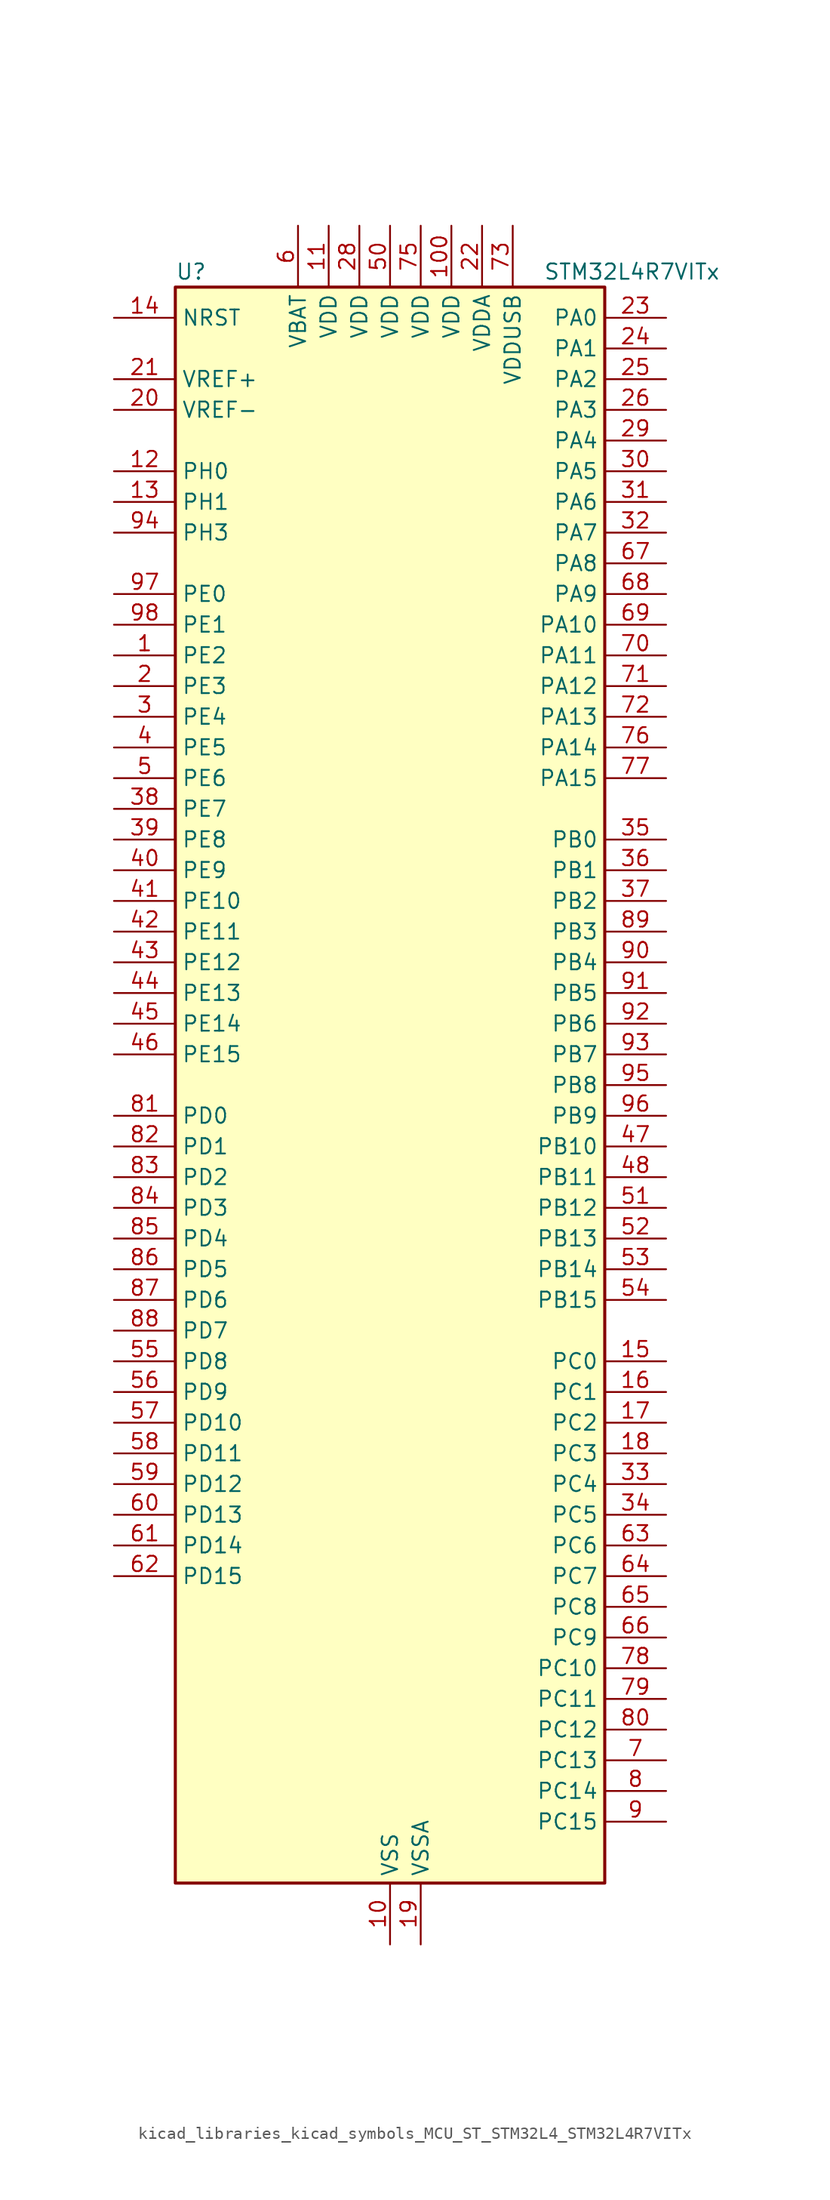
<source format=kicad_sym>
(kicad_symbol_lib
  (version 20220914)
  (generator kicad_symbol_editor)
  (symbol "kicad_libraries_kicad_symbols_MCU_ST_STM32L4_STM32L4R7VITx"
    (property "Reference" "U"
      (at -17.78 67.31 0)
      (effects (font (size 1.27 1.27)) (justify left)))
    (property "Value" "STM32L4R7VITx"
      (at 12.7 67.31 0)
      (effects (font (size 1.27 1.27)) (justify left)))
    (property "ki_locked" ""
      (at 0 0 0)
      (effects (font (size 1.27 1.27))))
    (symbol "kicad_libraries_kicad_symbols_MCU_ST_STM32L4_STM32L4R7VITx_0_1"
      (rectangle (start -17.78 -66.04) (end 17.78 66.04) (stroke (width 0.254) (type default)) (fill (type background))))
    (symbol "kicad_libraries_kicad_symbols_MCU_ST_STM32L4_STM32L4R7VITx_1_1"
      (pin bidirectional line (at -22.86 35.56 0) (length 5.08) (name "PE2" (effects (font (size 1.27 1.27)))) (number "1" (effects (font (size 1.27 1.27)))) (alternate "FMC_A23" bidirectional line) (alternate "LTDC_R0" bidirectional line) (alternate "SAI1_CK1" bidirectional line) (alternate "SAI1_MCLK_A" bidirectional line) (alternate "SYS_TRACECLK" bidirectional line) (alternate "TIM3_ETR" bidirectional line) (alternate "TSC_G7_IO1" bidirectional line))
      (pin power_in line (at 0 -71.12 90) (length 5.08) (name "VSS" (effects (font (size 1.27 1.27)))) (number "10" (effects (font (size 1.27 1.27)))))
      (pin power_in line (at 5.08 71.12 270) (length 5.08) (name "VDD" (effects (font (size 1.27 1.27)))) (number "100" (effects (font (size 1.27 1.27)))))
      (pin power_in line (at -5.08 71.12 270) (length 5.08) (name "VDD" (effects (font (size 1.27 1.27)))) (number "11" (effects (font (size 1.27 1.27)))))
      (pin bidirectional line (at -22.86 50.8 0) (length 5.08) (name "PH0" (effects (font (size 1.27 1.27)))) (number "12" (effects (font (size 1.27 1.27)))) (alternate "RCC_OSC_IN" bidirectional line))
      (pin bidirectional line (at -22.86 48.26 0) (length 5.08) (name "PH1" (effects (font (size 1.27 1.27)))) (number "13" (effects (font (size 1.27 1.27)))) (alternate "RCC_OSC_OUT" bidirectional line))
      (pin input line (at -22.86 63.5 0) (length 5.08) (name "NRST" (effects (font (size 1.27 1.27)))) (number "14" (effects (font (size 1.27 1.27)))))
      (pin bidirectional line (at 22.86 -22.86 180) (length 5.08) (name "PC0" (effects (font (size 1.27 1.27)))) (number "15" (effects (font (size 1.27 1.27)))) (alternate "ADC1_IN1" bidirectional line) (alternate "DFSDM1_DATIN4" bidirectional line) (alternate "I2C3_SCL" bidirectional line) (alternate "LPTIM1_IN1" bidirectional line) (alternate "LPTIM2_IN1" bidirectional line) (alternate "LPUART1_RX" bidirectional line) (alternate "SAI2_FS_A" bidirectional line))
      (pin bidirectional line (at 22.86 -25.4 180) (length 5.08) (name "PC1" (effects (font (size 1.27 1.27)))) (number "16" (effects (font (size 1.27 1.27)))) (alternate "ADC1_IN2" bidirectional line) (alternate "DFSDM1_CKIN4" bidirectional line) (alternate "I2C3_SDA" bidirectional line) (alternate "LPTIM1_OUT" bidirectional line) (alternate "LPUART1_TX" bidirectional line) (alternate "OCTOSPIM_P1_IO4" bidirectional line) (alternate "SAI1_SD_A" bidirectional line) (alternate "SPI2_MOSI" bidirectional line) (alternate "SYS_TRACED0" bidirectional line))
      (pin bidirectional line (at 22.86 -27.94 180) (length 5.08) (name "PC2" (effects (font (size 1.27 1.27)))) (number "17" (effects (font (size 1.27 1.27)))) (alternate "ADC1_IN3" bidirectional line) (alternate "DFSDM1_CKOUT" bidirectional line) (alternate "LPTIM1_IN2" bidirectional line) (alternate "OCTOSPIM_P1_IO5" bidirectional line) (alternate "SPI2_MISO" bidirectional line))
      (pin bidirectional line (at 22.86 -30.48 180) (length 5.08) (name "PC3" (effects (font (size 1.27 1.27)))) (number "18" (effects (font (size 1.27 1.27)))) (alternate "ADC1_IN4" bidirectional line) (alternate "LPTIM1_ETR" bidirectional line) (alternate "LPTIM2_ETR" bidirectional line) (alternate "OCTOSPIM_P1_IO6" bidirectional line) (alternate "SAI1_D1" bidirectional line) (alternate "SAI1_SD_A" bidirectional line) (alternate "SPI2_MOSI" bidirectional line))
      (pin power_in line (at 2.54 -71.12 90) (length 5.08) (name "VSSA" (effects (font (size 1.27 1.27)))) (number "19" (effects (font (size 1.27 1.27)))))
      (pin bidirectional line (at -22.86 33.02 0) (length 5.08) (name "PE3" (effects (font (size 1.27 1.27)))) (number "2" (effects (font (size 1.27 1.27)))) (alternate "FMC_A19" bidirectional line) (alternate "LTDC_R1" bidirectional line) (alternate "OCTOSPIM_P1_DQS" bidirectional line) (alternate "SAI1_SD_B" bidirectional line) (alternate "SYS_TRACED0" bidirectional line) (alternate "TIM3_CH1" bidirectional line) (alternate "TSC_G7_IO2" bidirectional line))
      (pin input line (at -22.86 55.88 0) (length 5.08) (name "VREF-" (effects (font (size 1.27 1.27)))) (number "20" (effects (font (size 1.27 1.27)))))
      (pin input line (at -22.86 58.42 0) (length 5.08) (name "VREF+" (effects (font (size 1.27 1.27)))) (number "21" (effects (font (size 1.27 1.27)))) (alternate "VREFBUF_OUT" bidirectional line))
      (pin power_in line (at 7.62 71.12 270) (length 5.08) (name "VDDA" (effects (font (size 1.27 1.27)))) (number "22" (effects (font (size 1.27 1.27)))))
      (pin bidirectional line (at 22.86 63.5 180) (length 5.08) (name "PA0" (effects (font (size 1.27 1.27)))) (number "23" (effects (font (size 1.27 1.27)))) (alternate "ADC1_IN5" bidirectional line) (alternate "OPAMP1_VINP" bidirectional line) (alternate "RTC_TAMP2" bidirectional line) (alternate "SAI1_EXTCLK" bidirectional line) (alternate "SYS_WKUP1" bidirectional line) (alternate "TIM2_CH1" bidirectional line) (alternate "TIM2_ETR" bidirectional line) (alternate "TIM5_CH1" bidirectional line) (alternate "TIM8_ETR" bidirectional line) (alternate "UART4_TX" bidirectional line) (alternate "USART2_CTS" bidirectional line) (alternate "USART2_NSS" bidirectional line))
      (pin bidirectional line (at 22.86 60.96 180) (length 5.08) (name "PA1" (effects (font (size 1.27 1.27)))) (number "24" (effects (font (size 1.27 1.27)))) (alternate "ADC1_IN6" bidirectional line) (alternate "I2C1_SMBA" bidirectional line) (alternate "OCTOSPIM_P1_DQS" bidirectional line) (alternate "OPAMP1_VINM" bidirectional line) (alternate "SPI1_SCK" bidirectional line) (alternate "TIM15_CH1N" bidirectional line) (alternate "TIM2_CH2" bidirectional line) (alternate "TIM5_CH2" bidirectional line) (alternate "UART4_RX" bidirectional line) (alternate "USART2_DE" bidirectional line) (alternate "USART2_RTS" bidirectional line))
      (pin bidirectional line (at 22.86 58.42 180) (length 5.08) (name "PA2" (effects (font (size 1.27 1.27)))) (number "25" (effects (font (size 1.27 1.27)))) (alternate "ADC1_IN7" bidirectional line) (alternate "LPUART1_TX" bidirectional line) (alternate "OCTOSPIM_P1_NCS" bidirectional line) (alternate "RCC_LSCO" bidirectional line) (alternate "SAI2_EXTCLK" bidirectional line) (alternate "SYS_WKUP4" bidirectional line) (alternate "TIM15_CH1" bidirectional line) (alternate "TIM2_CH3" bidirectional line) (alternate "TIM5_CH3" bidirectional line) (alternate "USART2_TX" bidirectional line))
      (pin bidirectional line (at 22.86 55.88 180) (length 5.08) (name "PA3" (effects (font (size 1.27 1.27)))) (number "26" (effects (font (size 1.27 1.27)))) (alternate "ADC1_IN8" bidirectional line) (alternate "LPUART1_RX" bidirectional line) (alternate "OCTOSPIM_P1_CLK" bidirectional line) (alternate "OPAMP1_VOUT" bidirectional line) (alternate "SAI1_CK1" bidirectional line) (alternate "SAI1_MCLK_A" bidirectional line) (alternate "TIM15_CH2" bidirectional line) (alternate "TIM2_CH4" bidirectional line) (alternate "TIM5_CH4" bidirectional line) (alternate "USART2_RX" bidirectional line))
      (pin passive line (at 0 -71.12 90) (length 5.08) hide (name "VSS" (effects (font (size 1.27 1.27)))) (number "27" (effects (font (size 1.27 1.27)))))
      (pin power_in line (at -2.54 71.12 270) (length 5.08) (name "VDD" (effects (font (size 1.27 1.27)))) (number "28" (effects (font (size 1.27 1.27)))))
      (pin bidirectional line (at 22.86 53.34 180) (length 5.08) (name "PA4" (effects (font (size 1.27 1.27)))) (number "29" (effects (font (size 1.27 1.27)))) (alternate "ADC1_IN9" bidirectional line) (alternate "DAC1_OUT1" bidirectional line) (alternate "DCMI_HSYNC" bidirectional line) (alternate "LPTIM2_OUT" bidirectional line) (alternate "OCTOSPIM_P1_NCS" bidirectional line) (alternate "SAI1_FS_B" bidirectional line) (alternate "SPI1_NSS" bidirectional line) (alternate "SPI3_NSS" bidirectional line) (alternate "USART2_CK" bidirectional line))
      (pin bidirectional line (at -22.86 30.48 0) (length 5.08) (name "PE4" (effects (font (size 1.27 1.27)))) (number "3" (effects (font (size 1.27 1.27)))) (alternate "DCMI_D4" bidirectional line) (alternate "DFSDM1_DATIN3" bidirectional line) (alternate "FMC_A20" bidirectional line) (alternate "LTDC_B0" bidirectional line) (alternate "SAI1_D2" bidirectional line) (alternate "SAI1_FS_A" bidirectional line) (alternate "SYS_TRACED1" bidirectional line) (alternate "TIM3_CH2" bidirectional line) (alternate "TSC_G7_IO3" bidirectional line))
      (pin bidirectional line (at 22.86 50.8 180) (length 5.08) (name "PA5" (effects (font (size 1.27 1.27)))) (number "30" (effects (font (size 1.27 1.27)))) (alternate "ADC1_IN10" bidirectional line) (alternate "DAC1_OUT2" bidirectional line) (alternate "LPTIM2_ETR" bidirectional line) (alternate "SPI1_SCK" bidirectional line) (alternate "TIM2_CH1" bidirectional line) (alternate "TIM2_ETR" bidirectional line) (alternate "TIM8_CH1N" bidirectional line))
      (pin bidirectional line (at 22.86 48.26 180) (length 5.08) (name "PA6" (effects (font (size 1.27 1.27)))) (number "31" (effects (font (size 1.27 1.27)))) (alternate "ADC1_IN11" bidirectional line) (alternate "DCMI_PIXCLK" bidirectional line) (alternate "LPUART1_CTS" bidirectional line) (alternate "OCTOSPIM_P1_IO3" bidirectional line) (alternate "OPAMP2_VINP" bidirectional line) (alternate "SPI1_MISO" bidirectional line) (alternate "TIM16_CH1" bidirectional line) (alternate "TIM1_BKIN" bidirectional line) (alternate "TIM3_CH1" bidirectional line) (alternate "TIM8_BKIN" bidirectional line) (alternate "USART3_CTS" bidirectional line) (alternate "USART3_NSS" bidirectional line))
      (pin bidirectional line (at 22.86 45.72 180) (length 5.08) (name "PA7" (effects (font (size 1.27 1.27)))) (number "32" (effects (font (size 1.27 1.27)))) (alternate "ADC1_IN12" bidirectional line) (alternate "I2C3_SCL" bidirectional line) (alternate "OCTOSPIM_P1_IO2" bidirectional line) (alternate "OPAMP2_VINM" bidirectional line) (alternate "SPI1_MOSI" bidirectional line) (alternate "TIM17_CH1" bidirectional line) (alternate "TIM1_CH1N" bidirectional line) (alternate "TIM3_CH2" bidirectional line) (alternate "TIM8_CH1N" bidirectional line))
      (pin bidirectional line (at 22.86 -33.02 180) (length 5.08) (name "PC4" (effects (font (size 1.27 1.27)))) (number "33" (effects (font (size 1.27 1.27)))) (alternate "ADC1_IN13" bidirectional line) (alternate "COMP1_INM" bidirectional line) (alternate "OCTOSPIM_P1_IO7" bidirectional line) (alternate "USART3_TX" bidirectional line))
      (pin bidirectional line (at 22.86 -35.56 180) (length 5.08) (name "PC5" (effects (font (size 1.27 1.27)))) (number "34" (effects (font (size 1.27 1.27)))) (alternate "ADC1_IN14" bidirectional line) (alternate "COMP1_INP" bidirectional line) (alternate "SAI1_D3" bidirectional line) (alternate "SYS_WKUP5" bidirectional line) (alternate "USART3_RX" bidirectional line))
      (pin bidirectional line (at 22.86 20.32 180) (length 5.08) (name "PB0" (effects (font (size 1.27 1.27)))) (number "35" (effects (font (size 1.27 1.27)))) (alternate "ADC1_IN15" bidirectional line) (alternate "COMP1_OUT" bidirectional line) (alternate "OCTOSPIM_P1_IO1" bidirectional line) (alternate "OPAMP2_VOUT" bidirectional line) (alternate "SAI1_EXTCLK" bidirectional line) (alternate "SPI1_NSS" bidirectional line) (alternate "TIM1_CH2N" bidirectional line) (alternate "TIM3_CH3" bidirectional line) (alternate "TIM8_CH2N" bidirectional line) (alternate "USART3_CK" bidirectional line))
      (pin bidirectional line (at 22.86 17.78 180) (length 5.08) (name "PB1" (effects (font (size 1.27 1.27)))) (number "36" (effects (font (size 1.27 1.27)))) (alternate "ADC1_IN16" bidirectional line) (alternate "COMP1_INM" bidirectional line) (alternate "DFSDM1_DATIN0" bidirectional line) (alternate "LPTIM2_IN1" bidirectional line) (alternate "LPUART1_DE" bidirectional line) (alternate "LPUART1_RTS" bidirectional line) (alternate "OCTOSPIM_P1_IO0" bidirectional line) (alternate "TIM1_CH3N" bidirectional line) (alternate "TIM3_CH4" bidirectional line) (alternate "TIM8_CH3N" bidirectional line) (alternate "USART3_DE" bidirectional line) (alternate "USART3_RTS" bidirectional line))
      (pin bidirectional line (at 22.86 15.24 180) (length 5.08) (name "PB2" (effects (font (size 1.27 1.27)))) (number "37" (effects (font (size 1.27 1.27)))) (alternate "COMP1_INP" bidirectional line) (alternate "DFSDM1_CKIN0" bidirectional line) (alternate "I2C3_SMBA" bidirectional line) (alternate "LPTIM1_OUT" bidirectional line) (alternate "LTDC_B1" bidirectional line) (alternate "OCTOSPIM_P1_DQS" bidirectional line) (alternate "RTC_OUT_ALARM" bidirectional line) (alternate "RTC_OUT_CALIB" bidirectional line))
      (pin bidirectional line (at -22.86 22.86 0) (length 5.08) (name "PE7" (effects (font (size 1.27 1.27)))) (number "38" (effects (font (size 1.27 1.27)))) (alternate "DFSDM1_DATIN2" bidirectional line) (alternate "FMC_D4" bidirectional line) (alternate "FMC_DA4" bidirectional line) (alternate "LTDC_B6" bidirectional line) (alternate "SAI1_SD_B" bidirectional line) (alternate "TIM1_ETR" bidirectional line))
      (pin bidirectional line (at -22.86 20.32 0) (length 5.08) (name "PE8" (effects (font (size 1.27 1.27)))) (number "39" (effects (font (size 1.27 1.27)))) (alternate "DFSDM1_CKIN2" bidirectional line) (alternate "FMC_D5" bidirectional line) (alternate "FMC_DA5" bidirectional line) (alternate "LTDC_B7" bidirectional line) (alternate "SAI1_SCK_B" bidirectional line) (alternate "TIM1_CH1N" bidirectional line))
      (pin bidirectional line (at -22.86 27.94 0) (length 5.08) (name "PE5" (effects (font (size 1.27 1.27)))) (number "4" (effects (font (size 1.27 1.27)))) (alternate "DCMI_D6" bidirectional line) (alternate "DFSDM1_CKIN3" bidirectional line) (alternate "FMC_A21" bidirectional line) (alternate "LTDC_G0" bidirectional line) (alternate "SAI1_CK2" bidirectional line) (alternate "SAI1_SCK_A" bidirectional line) (alternate "SYS_TRACED2" bidirectional line) (alternate "TIM3_CH3" bidirectional line) (alternate "TSC_G7_IO4" bidirectional line))
      (pin bidirectional line (at -22.86 17.78 0) (length 5.08) (name "PE9" (effects (font (size 1.27 1.27)))) (number "40" (effects (font (size 1.27 1.27)))) (alternate "DAC1_EXTI9" bidirectional line) (alternate "DFSDM1_CKOUT" bidirectional line) (alternate "FMC_D6" bidirectional line) (alternate "FMC_DA6" bidirectional line) (alternate "LTDC_G2" bidirectional line) (alternate "SAI1_FS_B" bidirectional line) (alternate "TIM1_CH1" bidirectional line))
      (pin bidirectional line (at -22.86 15.24 0) (length 5.08) (name "PE10" (effects (font (size 1.27 1.27)))) (number "41" (effects (font (size 1.27 1.27)))) (alternate "DFSDM1_DATIN4" bidirectional line) (alternate "FMC_D7" bidirectional line) (alternate "FMC_DA7" bidirectional line) (alternate "LTDC_G3" bidirectional line) (alternate "OCTOSPIM_P1_CLK" bidirectional line) (alternate "SAI1_MCLK_B" bidirectional line) (alternate "TIM1_CH2N" bidirectional line) (alternate "TSC_G5_IO1" bidirectional line))
      (pin bidirectional line (at -22.86 12.7 0) (length 5.08) (name "PE11" (effects (font (size 1.27 1.27)))) (number "42" (effects (font (size 1.27 1.27)))) (alternate "ADC1_EXTI11" bidirectional line) (alternate "DFSDM1_CKIN4" bidirectional line) (alternate "FMC_D8" bidirectional line) (alternate "FMC_DA8" bidirectional line) (alternate "LTDC_G4" bidirectional line) (alternate "OCTOSPIM_P1_NCS" bidirectional line) (alternate "TIM1_CH2" bidirectional line) (alternate "TSC_G5_IO2" bidirectional line))
      (pin bidirectional line (at -22.86 10.16 0) (length 5.08) (name "PE12" (effects (font (size 1.27 1.27)))) (number "43" (effects (font (size 1.27 1.27)))) (alternate "DFSDM1_DATIN5" bidirectional line) (alternate "FMC_D9" bidirectional line) (alternate "FMC_DA9" bidirectional line) (alternate "LTDC_G5" bidirectional line) (alternate "OCTOSPIM_P1_IO0" bidirectional line) (alternate "SPI1_NSS" bidirectional line) (alternate "TIM1_CH3N" bidirectional line) (alternate "TSC_G5_IO3" bidirectional line))
      (pin bidirectional line (at -22.86 7.62 0) (length 5.08) (name "PE13" (effects (font (size 1.27 1.27)))) (number "44" (effects (font (size 1.27 1.27)))) (alternate "DFSDM1_CKIN5" bidirectional line) (alternate "FMC_D10" bidirectional line) (alternate "FMC_DA10" bidirectional line) (alternate "LTDC_G6" bidirectional line) (alternate "OCTOSPIM_P1_IO1" bidirectional line) (alternate "SPI1_SCK" bidirectional line) (alternate "TIM1_CH3" bidirectional line) (alternate "TSC_G5_IO4" bidirectional line))
      (pin bidirectional line (at -22.86 5.08 0) (length 5.08) (name "PE14" (effects (font (size 1.27 1.27)))) (number "45" (effects (font (size 1.27 1.27)))) (alternate "FMC_D11" bidirectional line) (alternate "FMC_DA11" bidirectional line) (alternate "LTDC_G7" bidirectional line) (alternate "OCTOSPIM_P1_IO2" bidirectional line) (alternate "SPI1_MISO" bidirectional line) (alternate "TIM1_BKIN2" bidirectional line) (alternate "TIM1_CH4" bidirectional line))
      (pin bidirectional line (at -22.86 2.54 0) (length 5.08) (name "PE15" (effects (font (size 1.27 1.27)))) (number "46" (effects (font (size 1.27 1.27)))) (alternate "ADC1_EXTI15" bidirectional line) (alternate "FMC_D12" bidirectional line) (alternate "FMC_DA12" bidirectional line) (alternate "LTDC_R2" bidirectional line) (alternate "OCTOSPIM_P1_IO3" bidirectional line) (alternate "SPI1_MOSI" bidirectional line) (alternate "TIM1_BKIN" bidirectional line))
      (pin bidirectional line (at 22.86 -5.08 180) (length 5.08) (name "PB10" (effects (font (size 1.27 1.27)))) (number "47" (effects (font (size 1.27 1.27)))) (alternate "COMP1_OUT" bidirectional line) (alternate "DFSDM1_DATIN7" bidirectional line) (alternate "I2C2_SCL" bidirectional line) (alternate "I2C4_SCL" bidirectional line) (alternate "LPUART1_RX" bidirectional line) (alternate "OCTOSPIM_P1_CLK" bidirectional line) (alternate "SAI1_SCK_A" bidirectional line) (alternate "SPI2_SCK" bidirectional line) (alternate "TIM2_CH3" bidirectional line) (alternate "TSC_SYNC" bidirectional line) (alternate "USART3_TX" bidirectional line))
      (pin bidirectional line (at 22.86 -7.62 180) (length 5.08) (name "PB11" (effects (font (size 1.27 1.27)))) (number "48" (effects (font (size 1.27 1.27)))) (alternate "ADC1_EXTI11" bidirectional line) (alternate "COMP2_OUT" bidirectional line) (alternate "DFSDM1_CKIN7" bidirectional line) (alternate "I2C2_SDA" bidirectional line) (alternate "I2C4_SDA" bidirectional line) (alternate "LPUART1_TX" bidirectional line) (alternate "OCTOSPIM_P1_NCS" bidirectional line) (alternate "TIM2_CH4" bidirectional line) (alternate "USART3_RX" bidirectional line))
      (pin passive line (at 0 -71.12 90) (length 5.08) hide (name "VSS" (effects (font (size 1.27 1.27)))) (number "49" (effects (font (size 1.27 1.27)))))
      (pin bidirectional line (at -22.86 25.4 0) (length 5.08) (name "PE6" (effects (font (size 1.27 1.27)))) (number "5" (effects (font (size 1.27 1.27)))) (alternate "DCMI_D7" bidirectional line) (alternate "FMC_A22" bidirectional line) (alternate "LTDC_G1" bidirectional line) (alternate "RTC_TAMP3" bidirectional line) (alternate "SAI1_D1" bidirectional line) (alternate "SAI1_SD_A" bidirectional line) (alternate "SYS_TRACED3" bidirectional line) (alternate "SYS_WKUP3" bidirectional line) (alternate "TIM3_CH4" bidirectional line))
      (pin power_in line (at 0 71.12 270) (length 5.08) (name "VDD" (effects (font (size 1.27 1.27)))) (number "50" (effects (font (size 1.27 1.27)))))
      (pin bidirectional line (at 22.86 -10.16 180) (length 5.08) (name "PB12" (effects (font (size 1.27 1.27)))) (number "51" (effects (font (size 1.27 1.27)))) (alternate "DFSDM1_DATIN1" bidirectional line) (alternate "I2C2_SMBA" bidirectional line) (alternate "LPUART1_DE" bidirectional line) (alternate "LPUART1_RTS" bidirectional line) (alternate "SAI2_FS_A" bidirectional line) (alternate "SPI2_NSS" bidirectional line) (alternate "TIM15_BKIN" bidirectional line) (alternate "TIM1_BKIN" bidirectional line) (alternate "TSC_G1_IO1" bidirectional line) (alternate "USART3_CK" bidirectional line))
      (pin bidirectional line (at 22.86 -12.7 180) (length 5.08) (name "PB13" (effects (font (size 1.27 1.27)))) (number "52" (effects (font (size 1.27 1.27)))) (alternate "DFSDM1_CKIN1" bidirectional line) (alternate "I2C2_SCL" bidirectional line) (alternate "LPUART1_CTS" bidirectional line) (alternate "SAI2_SCK_A" bidirectional line) (alternate "SPI2_SCK" bidirectional line) (alternate "TIM15_CH1N" bidirectional line) (alternate "TIM1_CH1N" bidirectional line) (alternate "TSC_G1_IO2" bidirectional line) (alternate "USART3_CTS" bidirectional line) (alternate "USART3_NSS" bidirectional line))
      (pin bidirectional line (at 22.86 -15.24 180) (length 5.08) (name "PB14" (effects (font (size 1.27 1.27)))) (number "53" (effects (font (size 1.27 1.27)))) (alternate "DFSDM1_DATIN2" bidirectional line) (alternate "I2C2_SDA" bidirectional line) (alternate "SAI2_MCLK_A" bidirectional line) (alternate "SPI2_MISO" bidirectional line) (alternate "TIM15_CH1" bidirectional line) (alternate "TIM1_CH2N" bidirectional line) (alternate "TIM8_CH2N" bidirectional line) (alternate "TSC_G1_IO3" bidirectional line) (alternate "USART3_DE" bidirectional line) (alternate "USART3_RTS" bidirectional line))
      (pin bidirectional line (at 22.86 -17.78 180) (length 5.08) (name "PB15" (effects (font (size 1.27 1.27)))) (number "54" (effects (font (size 1.27 1.27)))) (alternate "ADC1_EXTI15" bidirectional line) (alternate "DFSDM1_CKIN2" bidirectional line) (alternate "RTC_REFIN" bidirectional line) (alternate "SAI2_SD_A" bidirectional line) (alternate "SPI2_MOSI" bidirectional line) (alternate "TIM15_CH2" bidirectional line) (alternate "TIM1_CH3N" bidirectional line) (alternate "TIM8_CH3N" bidirectional line) (alternate "TSC_G1_IO4" bidirectional line))
      (pin bidirectional line (at -22.86 -22.86 0) (length 5.08) (name "PD8" (effects (font (size 1.27 1.27)))) (number "55" (effects (font (size 1.27 1.27)))) (alternate "DCMI_HSYNC" bidirectional line) (alternate "FMC_D13" bidirectional line) (alternate "FMC_DA13" bidirectional line) (alternate "LTDC_R3" bidirectional line) (alternate "USART3_TX" bidirectional line))
      (pin bidirectional line (at -22.86 -25.4 0) (length 5.08) (name "PD9" (effects (font (size 1.27 1.27)))) (number "56" (effects (font (size 1.27 1.27)))) (alternate "DAC1_EXTI9" bidirectional line) (alternate "DCMI_PIXCLK" bidirectional line) (alternate "FMC_D14" bidirectional line) (alternate "FMC_DA14" bidirectional line) (alternate "LTDC_R4" bidirectional line) (alternate "SAI2_MCLK_A" bidirectional line) (alternate "USART3_RX" bidirectional line))
      (pin bidirectional line (at -22.86 -27.94 0) (length 5.08) (name "PD10" (effects (font (size 1.27 1.27)))) (number "57" (effects (font (size 1.27 1.27)))) (alternate "FMC_D15" bidirectional line) (alternate "FMC_DA15" bidirectional line) (alternate "LTDC_R5" bidirectional line) (alternate "SAI2_SCK_A" bidirectional line) (alternate "TSC_G6_IO1" bidirectional line) (alternate "USART3_CK" bidirectional line))
      (pin bidirectional line (at -22.86 -30.48 0) (length 5.08) (name "PD11" (effects (font (size 1.27 1.27)))) (number "58" (effects (font (size 1.27 1.27)))) (alternate "ADC1_EXTI11" bidirectional line) (alternate "FMC_A16" bidirectional line) (alternate "FMC_CLE" bidirectional line) (alternate "I2C4_SMBA" bidirectional line) (alternate "LPTIM2_ETR" bidirectional line) (alternate "LTDC_R6" bidirectional line) (alternate "SAI2_SD_A" bidirectional line) (alternate "TSC_G6_IO2" bidirectional line) (alternate "USART3_CTS" bidirectional line) (alternate "USART3_NSS" bidirectional line))
      (pin bidirectional line (at -22.86 -33.02 0) (length 5.08) (name "PD12" (effects (font (size 1.27 1.27)))) (number "59" (effects (font (size 1.27 1.27)))) (alternate "FMC_A17" bidirectional line) (alternate "FMC_ALE" bidirectional line) (alternate "I2C4_SCL" bidirectional line) (alternate "LPTIM2_IN1" bidirectional line) (alternate "LTDC_R7" bidirectional line) (alternate "SAI2_FS_A" bidirectional line) (alternate "TIM4_CH1" bidirectional line) (alternate "TSC_G6_IO3" bidirectional line) (alternate "USART3_DE" bidirectional line) (alternate "USART3_RTS" bidirectional line))
      (pin power_in line (at -7.62 71.12 270) (length 5.08) (name "VBAT" (effects (font (size 1.27 1.27)))) (number "6" (effects (font (size 1.27 1.27)))))
      (pin bidirectional line (at -22.86 -35.56 0) (length 5.08) (name "PD13" (effects (font (size 1.27 1.27)))) (number "60" (effects (font (size 1.27 1.27)))) (alternate "FMC_A18" bidirectional line) (alternate "I2C4_SDA" bidirectional line) (alternate "LPTIM2_OUT" bidirectional line) (alternate "TIM4_CH2" bidirectional line) (alternate "TSC_G6_IO4" bidirectional line))
      (pin bidirectional line (at -22.86 -38.1 0) (length 5.08) (name "PD14" (effects (font (size 1.27 1.27)))) (number "61" (effects (font (size 1.27 1.27)))) (alternate "FMC_D0" bidirectional line) (alternate "FMC_DA0" bidirectional line) (alternate "LTDC_B2" bidirectional line) (alternate "TIM4_CH3" bidirectional line))
      (pin bidirectional line (at -22.86 -40.64 0) (length 5.08) (name "PD15" (effects (font (size 1.27 1.27)))) (number "62" (effects (font (size 1.27 1.27)))) (alternate "ADC1_EXTI15" bidirectional line) (alternate "FMC_D1" bidirectional line) (alternate "FMC_DA1" bidirectional line) (alternate "LTDC_B3" bidirectional line) (alternate "TIM4_CH4" bidirectional line))
      (pin bidirectional line (at 22.86 -38.1 180) (length 5.08) (name "PC6" (effects (font (size 1.27 1.27)))) (number "63" (effects (font (size 1.27 1.27)))) (alternate "DCMI_D0" bidirectional line) (alternate "DFSDM1_CKIN3" bidirectional line) (alternate "LTDC_R0" bidirectional line) (alternate "SAI2_MCLK_A" bidirectional line) (alternate "SDMMC1_D0DIR" bidirectional line) (alternate "SDMMC1_D6" bidirectional line) (alternate "TIM3_CH1" bidirectional line) (alternate "TIM8_CH1" bidirectional line) (alternate "TSC_G4_IO1" bidirectional line))
      (pin bidirectional line (at 22.86 -40.64 180) (length 5.08) (name "PC7" (effects (font (size 1.27 1.27)))) (number "64" (effects (font (size 1.27 1.27)))) (alternate "DCMI_D1" bidirectional line) (alternate "DFSDM1_DATIN3" bidirectional line) (alternate "LTDC_R1" bidirectional line) (alternate "SAI2_MCLK_B" bidirectional line) (alternate "SDMMC1_D123DIR" bidirectional line) (alternate "SDMMC1_D7" bidirectional line) (alternate "TIM3_CH2" bidirectional line) (alternate "TIM8_CH2" bidirectional line) (alternate "TSC_G4_IO2" bidirectional line))
      (pin bidirectional line (at 22.86 -43.18 180) (length 5.08) (name "PC8" (effects (font (size 1.27 1.27)))) (number "65" (effects (font (size 1.27 1.27)))) (alternate "DCMI_D2" bidirectional line) (alternate "SDMMC1_D0" bidirectional line) (alternate "TIM3_CH3" bidirectional line) (alternate "TIM8_CH3" bidirectional line) (alternate "TSC_G4_IO3" bidirectional line))
      (pin bidirectional line (at 22.86 -45.72 180) (length 5.08) (name "PC9" (effects (font (size 1.27 1.27)))) (number "66" (effects (font (size 1.27 1.27)))) (alternate "DAC1_EXTI9" bidirectional line) (alternate "DCMI_D3" bidirectional line) (alternate "I2C3_SDA" bidirectional line) (alternate "SAI2_EXTCLK" bidirectional line) (alternate "SDMMC1_D1" bidirectional line) (alternate "SYS_TRACED0" bidirectional line) (alternate "TIM3_CH4" bidirectional line) (alternate "TIM8_BKIN2" bidirectional line) (alternate "TIM8_CH4" bidirectional line) (alternate "TSC_G4_IO4" bidirectional line) (alternate "USB_OTG_FS_NOE" bidirectional line))
      (pin bidirectional line (at 22.86 43.18 180) (length 5.08) (name "PA8" (effects (font (size 1.27 1.27)))) (number "67" (effects (font (size 1.27 1.27)))) (alternate "LPTIM2_OUT" bidirectional line) (alternate "RCC_MCO" bidirectional line) (alternate "SAI1_CK2" bidirectional line) (alternate "SAI1_SCK_A" bidirectional line) (alternate "TIM1_CH1" bidirectional line) (alternate "USART1_CK" bidirectional line) (alternate "USB_OTG_FS_SOF" bidirectional line))
      (pin bidirectional line (at 22.86 40.64 180) (length 5.08) (name "PA9" (effects (font (size 1.27 1.27)))) (number "68" (effects (font (size 1.27 1.27)))) (alternate "DAC1_EXTI9" bidirectional line) (alternate "DCMI_D0" bidirectional line) (alternate "SAI1_FS_A" bidirectional line) (alternate "SPI2_SCK" bidirectional line) (alternate "TIM15_BKIN" bidirectional line) (alternate "TIM1_CH2" bidirectional line) (alternate "USART1_TX" bidirectional line) (alternate "USB_OTG_FS_VBUS" bidirectional line))
      (pin bidirectional line (at 22.86 38.1 180) (length 5.08) (name "PA10" (effects (font (size 1.27 1.27)))) (number "69" (effects (font (size 1.27 1.27)))) (alternate "DCMI_D1" bidirectional line) (alternate "SAI1_D1" bidirectional line) (alternate "SAI1_SD_A" bidirectional line) (alternate "TIM17_BKIN" bidirectional line) (alternate "TIM1_CH3" bidirectional line) (alternate "USART1_RX" bidirectional line) (alternate "USB_OTG_FS_ID" bidirectional line))
      (pin bidirectional line (at 22.86 -55.88 180) (length 5.08) (name "PC13" (effects (font (size 1.27 1.27)))) (number "7" (effects (font (size 1.27 1.27)))) (alternate "RTC_OUT_ALARM" bidirectional line) (alternate "RTC_OUT_CALIB" bidirectional line) (alternate "RTC_TAMP1" bidirectional line) (alternate "RTC_TS" bidirectional line) (alternate "SYS_WKUP2" bidirectional line))
      (pin bidirectional line (at 22.86 35.56 180) (length 5.08) (name "PA11" (effects (font (size 1.27 1.27)))) (number "70" (effects (font (size 1.27 1.27)))) (alternate "ADC1_EXTI11" bidirectional line) (alternate "CAN1_RX" bidirectional line) (alternate "SPI1_MISO" bidirectional line) (alternate "TIM1_BKIN2" bidirectional line) (alternate "TIM1_CH4" bidirectional line) (alternate "USART1_CTS" bidirectional line) (alternate "USART1_NSS" bidirectional line) (alternate "USB_OTG_FS_DM" bidirectional line))
      (pin bidirectional line (at 22.86 33.02 180) (length 5.08) (name "PA12" (effects (font (size 1.27 1.27)))) (number "71" (effects (font (size 1.27 1.27)))) (alternate "CAN1_TX" bidirectional line) (alternate "SPI1_MOSI" bidirectional line) (alternate "TIM1_ETR" bidirectional line) (alternate "USART1_DE" bidirectional line) (alternate "USART1_RTS" bidirectional line) (alternate "USB_OTG_FS_DP" bidirectional line))
      (pin bidirectional line (at 22.86 30.48 180) (length 5.08) (name "PA13" (effects (font (size 1.27 1.27)))) (number "72" (effects (font (size 1.27 1.27)))) (alternate "IR_OUT" bidirectional line) (alternate "SAI1_SD_B" bidirectional line) (alternate "SYS_JTMS-SWDIO" bidirectional line) (alternate "USB_OTG_FS_NOE" bidirectional line))
      (pin power_in line (at 10.16 71.12 270) (length 5.08) (name "VDDUSB" (effects (font (size 1.27 1.27)))) (number "73" (effects (font (size 1.27 1.27)))))
      (pin passive line (at 0 -71.12 90) (length 5.08) hide (name "VSS" (effects (font (size 1.27 1.27)))) (number "74" (effects (font (size 1.27 1.27)))))
      (pin power_in line (at 2.54 71.12 270) (length 5.08) (name "VDD" (effects (font (size 1.27 1.27)))) (number "75" (effects (font (size 1.27 1.27)))))
      (pin bidirectional line (at 22.86 27.94 180) (length 5.08) (name "PA14" (effects (font (size 1.27 1.27)))) (number "76" (effects (font (size 1.27 1.27)))) (alternate "I2C1_SMBA" bidirectional line) (alternate "I2C4_SMBA" bidirectional line) (alternate "LPTIM1_OUT" bidirectional line) (alternate "SAI1_FS_B" bidirectional line) (alternate "SYS_JTCK-SWCLK" bidirectional line) (alternate "USB_OTG_FS_SOF" bidirectional line))
      (pin bidirectional line (at 22.86 25.4 180) (length 5.08) (name "PA15" (effects (font (size 1.27 1.27)))) (number "77" (effects (font (size 1.27 1.27)))) (alternate "ADC1_EXTI15" bidirectional line) (alternate "SAI2_FS_B" bidirectional line) (alternate "SPI1_NSS" bidirectional line) (alternate "SPI3_NSS" bidirectional line) (alternate "SYS_JTDI" bidirectional line) (alternate "TIM2_CH1" bidirectional line) (alternate "TIM2_ETR" bidirectional line) (alternate "TSC_G3_IO1" bidirectional line) (alternate "UART4_DE" bidirectional line) (alternate "UART4_RTS" bidirectional line) (alternate "USART2_RX" bidirectional line) (alternate "USART3_DE" bidirectional line) (alternate "USART3_RTS" bidirectional line))
      (pin bidirectional line (at 22.86 -48.26 180) (length 5.08) (name "PC10" (effects (font (size 1.27 1.27)))) (number "78" (effects (font (size 1.27 1.27)))) (alternate "DCMI_D8" bidirectional line) (alternate "SAI2_SCK_B" bidirectional line) (alternate "SDMMC1_D2" bidirectional line) (alternate "SPI3_SCK" bidirectional line) (alternate "SYS_TRACED1" bidirectional line) (alternate "TSC_G3_IO2" bidirectional line) (alternate "UART4_TX" bidirectional line) (alternate "USART3_TX" bidirectional line))
      (pin bidirectional line (at 22.86 -50.8 180) (length 5.08) (name "PC11" (effects (font (size 1.27 1.27)))) (number "79" (effects (font (size 1.27 1.27)))) (alternate "ADC1_EXTI11" bidirectional line) (alternate "DCMI_D2" bidirectional line) (alternate "DCMI_D4" bidirectional line) (alternate "OCTOSPIM_P1_NCS" bidirectional line) (alternate "SAI2_MCLK_B" bidirectional line) (alternate "SDMMC1_D3" bidirectional line) (alternate "SPI3_MISO" bidirectional line) (alternate "TSC_G3_IO3" bidirectional line) (alternate "UART4_RX" bidirectional line) (alternate "USART3_RX" bidirectional line))
      (pin bidirectional line (at 22.86 -58.42 180) (length 5.08) (name "PC14" (effects (font (size 1.27 1.27)))) (number "8" (effects (font (size 1.27 1.27)))) (alternate "RCC_OSC32_IN" bidirectional line))
      (pin bidirectional line (at 22.86 -53.34 180) (length 5.08) (name "PC12" (effects (font (size 1.27 1.27)))) (number "80" (effects (font (size 1.27 1.27)))) (alternate "DCMI_D9" bidirectional line) (alternate "SAI2_SD_B" bidirectional line) (alternate "SDMMC1_CK" bidirectional line) (alternate "SPI3_MOSI" bidirectional line) (alternate "SYS_TRACED3" bidirectional line) (alternate "TSC_G3_IO4" bidirectional line) (alternate "UART5_TX" bidirectional line) (alternate "USART3_CK" bidirectional line))
      (pin bidirectional line (at -22.86 -2.54 0) (length 5.08) (name "PD0" (effects (font (size 1.27 1.27)))) (number "81" (effects (font (size 1.27 1.27)))) (alternate "CAN1_RX" bidirectional line) (alternate "DFSDM1_DATIN7" bidirectional line) (alternate "FMC_D2" bidirectional line) (alternate "FMC_DA2" bidirectional line) (alternate "LTDC_B4" bidirectional line) (alternate "SPI2_NSS" bidirectional line))
      (pin bidirectional line (at -22.86 -5.08 0) (length 5.08) (name "PD1" (effects (font (size 1.27 1.27)))) (number "82" (effects (font (size 1.27 1.27)))) (alternate "CAN1_TX" bidirectional line) (alternate "DFSDM1_CKIN7" bidirectional line) (alternate "FMC_D3" bidirectional line) (alternate "FMC_DA3" bidirectional line) (alternate "LTDC_B5" bidirectional line) (alternate "SPI2_SCK" bidirectional line))
      (pin bidirectional line (at -22.86 -7.62 0) (length 5.08) (name "PD2" (effects (font (size 1.27 1.27)))) (number "83" (effects (font (size 1.27 1.27)))) (alternate "DCMI_D11" bidirectional line) (alternate "SDMMC1_CMD" bidirectional line) (alternate "SYS_TRACED2" bidirectional line) (alternate "TIM3_ETR" bidirectional line) (alternate "TSC_SYNC" bidirectional line) (alternate "UART5_RX" bidirectional line) (alternate "USART3_DE" bidirectional line) (alternate "USART3_RTS" bidirectional line))
      (pin bidirectional line (at -22.86 -10.16 0) (length 5.08) (name "PD3" (effects (font (size 1.27 1.27)))) (number "84" (effects (font (size 1.27 1.27)))) (alternate "DCMI_D5" bidirectional line) (alternate "DFSDM1_DATIN0" bidirectional line) (alternate "FMC_CLK" bidirectional line) (alternate "LTDC_CLK" bidirectional line) (alternate "OCTOSPIM_P2_NCS" bidirectional line) (alternate "SPI2_MISO" bidirectional line) (alternate "SPI2_SCK" bidirectional line) (alternate "USART2_CTS" bidirectional line) (alternate "USART2_NSS" bidirectional line))
      (pin bidirectional line (at -22.86 -12.7 0) (length 5.08) (name "PD4" (effects (font (size 1.27 1.27)))) (number "85" (effects (font (size 1.27 1.27)))) (alternate "DFSDM1_CKIN0" bidirectional line) (alternate "FMC_NOE" bidirectional line) (alternate "OCTOSPIM_P1_IO4" bidirectional line) (alternate "SPI2_MOSI" bidirectional line) (alternate "USART2_DE" bidirectional line) (alternate "USART2_RTS" bidirectional line))
      (pin bidirectional line (at -22.86 -15.24 0) (length 5.08) (name "PD5" (effects (font (size 1.27 1.27)))) (number "86" (effects (font (size 1.27 1.27)))) (alternate "FMC_NWE" bidirectional line) (alternate "OCTOSPIM_P1_IO5" bidirectional line) (alternate "USART2_TX" bidirectional line))
      (pin bidirectional line (at -22.86 -17.78 0) (length 5.08) (name "PD6" (effects (font (size 1.27 1.27)))) (number "87" (effects (font (size 1.27 1.27)))) (alternate "DCMI_D10" bidirectional line) (alternate "DFSDM1_DATIN1" bidirectional line) (alternate "FMC_NWAIT" bidirectional line) (alternate "LTDC_DE" bidirectional line) (alternate "OCTOSPIM_P1_IO6" bidirectional line) (alternate "SAI1_D1" bidirectional line) (alternate "SAI1_SD_A" bidirectional line) (alternate "SPI3_MOSI" bidirectional line) (alternate "USART2_RX" bidirectional line))
      (pin bidirectional line (at -22.86 -20.32 0) (length 5.08) (name "PD7" (effects (font (size 1.27 1.27)))) (number "88" (effects (font (size 1.27 1.27)))) (alternate "DFSDM1_CKIN1" bidirectional line) (alternate "FMC_NCE" bidirectional line) (alternate "FMC_NE1" bidirectional line) (alternate "OCTOSPIM_P1_IO7" bidirectional line) (alternate "USART2_CK" bidirectional line))
      (pin bidirectional line (at 22.86 12.7 180) (length 5.08) (name "PB3" (effects (font (size 1.27 1.27)))) (number "89" (effects (font (size 1.27 1.27)))) (alternate "COMP2_INM" bidirectional line) (alternate "CRS_SYNC" bidirectional line) (alternate "SAI1_SCK_B" bidirectional line) (alternate "SPI1_SCK" bidirectional line) (alternate "SPI3_SCK" bidirectional line) (alternate "SYS_JTDO-SWO" bidirectional line) (alternate "TIM2_CH2" bidirectional line) (alternate "USART1_DE" bidirectional line) (alternate "USART1_RTS" bidirectional line))
      (pin bidirectional line (at 22.86 -60.96 180) (length 5.08) (name "PC15" (effects (font (size 1.27 1.27)))) (number "9" (effects (font (size 1.27 1.27)))) (alternate "ADC1_EXTI15" bidirectional line) (alternate "RCC_OSC32_OUT" bidirectional line))
      (pin bidirectional line (at 22.86 10.16 180) (length 5.08) (name "PB4" (effects (font (size 1.27 1.27)))) (number "90" (effects (font (size 1.27 1.27)))) (alternate "COMP2_INP" bidirectional line) (alternate "DCMI_D12" bidirectional line) (alternate "I2C3_SDA" bidirectional line) (alternate "SAI1_MCLK_B" bidirectional line) (alternate "SPI1_MISO" bidirectional line) (alternate "SPI3_MISO" bidirectional line) (alternate "SYS_JTRST" bidirectional line) (alternate "TIM17_BKIN" bidirectional line) (alternate "TIM3_CH1" bidirectional line) (alternate "TSC_G2_IO1" bidirectional line) (alternate "UART5_DE" bidirectional line) (alternate "UART5_RTS" bidirectional line) (alternate "USART1_CTS" bidirectional line) (alternate "USART1_NSS" bidirectional line))
      (pin bidirectional line (at 22.86 7.62 180) (length 5.08) (name "PB5" (effects (font (size 1.27 1.27)))) (number "91" (effects (font (size 1.27 1.27)))) (alternate "COMP2_OUT" bidirectional line) (alternate "DCMI_D10" bidirectional line) (alternate "I2C1_SMBA" bidirectional line) (alternate "LPTIM1_IN1" bidirectional line) (alternate "SAI1_SD_B" bidirectional line) (alternate "SPI1_MOSI" bidirectional line) (alternate "SPI3_MOSI" bidirectional line) (alternate "TIM16_BKIN" bidirectional line) (alternate "TIM3_CH2" bidirectional line) (alternate "TSC_G2_IO2" bidirectional line) (alternate "UART5_CTS" bidirectional line) (alternate "USART1_CK" bidirectional line))
      (pin bidirectional line (at 22.86 5.08 180) (length 5.08) (name "PB6" (effects (font (size 1.27 1.27)))) (number "92" (effects (font (size 1.27 1.27)))) (alternate "COMP2_INP" bidirectional line) (alternate "DCMI_D5" bidirectional line) (alternate "DFSDM1_DATIN5" bidirectional line) (alternate "I2C1_SCL" bidirectional line) (alternate "I2C4_SCL" bidirectional line) (alternate "LPTIM1_ETR" bidirectional line) (alternate "SAI1_FS_B" bidirectional line) (alternate "TIM16_CH1N" bidirectional line) (alternate "TIM4_CH1" bidirectional line) (alternate "TIM8_BKIN2" bidirectional line) (alternate "TSC_G2_IO3" bidirectional line) (alternate "USART1_TX" bidirectional line))
      (pin bidirectional line (at 22.86 2.54 180) (length 5.08) (name "PB7" (effects (font (size 1.27 1.27)))) (number "93" (effects (font (size 1.27 1.27)))) (alternate "COMP2_INM" bidirectional line) (alternate "DCMI_VSYNC" bidirectional line) (alternate "DFSDM1_CKIN5" bidirectional line) (alternate "FMC_NL" bidirectional line) (alternate "I2C1_SDA" bidirectional line) (alternate "I2C4_SDA" bidirectional line) (alternate "LPTIM1_IN2" bidirectional line) (alternate "SYS_PVD_IN" bidirectional line) (alternate "TIM17_CH1N" bidirectional line) (alternate "TIM4_CH2" bidirectional line) (alternate "TIM8_BKIN" bidirectional line) (alternate "TSC_G2_IO4" bidirectional line) (alternate "UART4_CTS" bidirectional line) (alternate "USART1_RX" bidirectional line))
      (pin bidirectional line (at -22.86 45.72 0) (length 5.08) (name "PH3" (effects (font (size 1.27 1.27)))) (number "94" (effects (font (size 1.27 1.27)))))
      (pin bidirectional line (at 22.86 0 180) (length 5.08) (name "PB8" (effects (font (size 1.27 1.27)))) (number "95" (effects (font (size 1.27 1.27)))) (alternate "CAN1_RX" bidirectional line) (alternate "DCMI_D6" bidirectional line) (alternate "DFSDM1_CKOUT" bidirectional line) (alternate "DFSDM1_DATIN6" bidirectional line) (alternate "I2C1_SCL" bidirectional line) (alternate "LTDC_B1" bidirectional line) (alternate "SAI1_CK1" bidirectional line) (alternate "SAI1_MCLK_A" bidirectional line) (alternate "SDMMC1_CKIN" bidirectional line) (alternate "SDMMC1_D4" bidirectional line) (alternate "TIM16_CH1" bidirectional line) (alternate "TIM4_CH3" bidirectional line))
      (pin bidirectional line (at 22.86 -2.54 180) (length 5.08) (name "PB9" (effects (font (size 1.27 1.27)))) (number "96" (effects (font (size 1.27 1.27)))) (alternate "CAN1_TX" bidirectional line) (alternate "DAC1_EXTI9" bidirectional line) (alternate "DCMI_D7" bidirectional line) (alternate "DFSDM1_CKIN6" bidirectional line) (alternate "I2C1_SDA" bidirectional line) (alternate "IR_OUT" bidirectional line) (alternate "SAI1_D2" bidirectional line) (alternate "SAI1_FS_A" bidirectional line) (alternate "SDMMC1_CDIR" bidirectional line) (alternate "SDMMC1_D5" bidirectional line) (alternate "SPI2_NSS" bidirectional line) (alternate "TIM17_CH1" bidirectional line) (alternate "TIM4_CH4" bidirectional line))
      (pin bidirectional line (at -22.86 40.64 0) (length 5.08) (name "PE0" (effects (font (size 1.27 1.27)))) (number "97" (effects (font (size 1.27 1.27)))) (alternate "DCMI_D2" bidirectional line) (alternate "FMC_NBL0" bidirectional line) (alternate "LTDC_HSYNC" bidirectional line) (alternate "TIM16_CH1" bidirectional line) (alternate "TIM4_ETR" bidirectional line))
      (pin bidirectional line (at -22.86 38.1 0) (length 5.08) (name "PE1" (effects (font (size 1.27 1.27)))) (number "98" (effects (font (size 1.27 1.27)))) (alternate "DCMI_D3" bidirectional line) (alternate "FMC_NBL1" bidirectional line) (alternate "LTDC_VSYNC" bidirectional line) (alternate "TIM17_CH1" bidirectional line))
      (pin passive line (at 0 -71.12 90) (length 5.08) hide (name "VSS" (effects (font (size 1.27 1.27)))) (number "99" (effects (font (size 1.27 1.27))))))))
</source>
